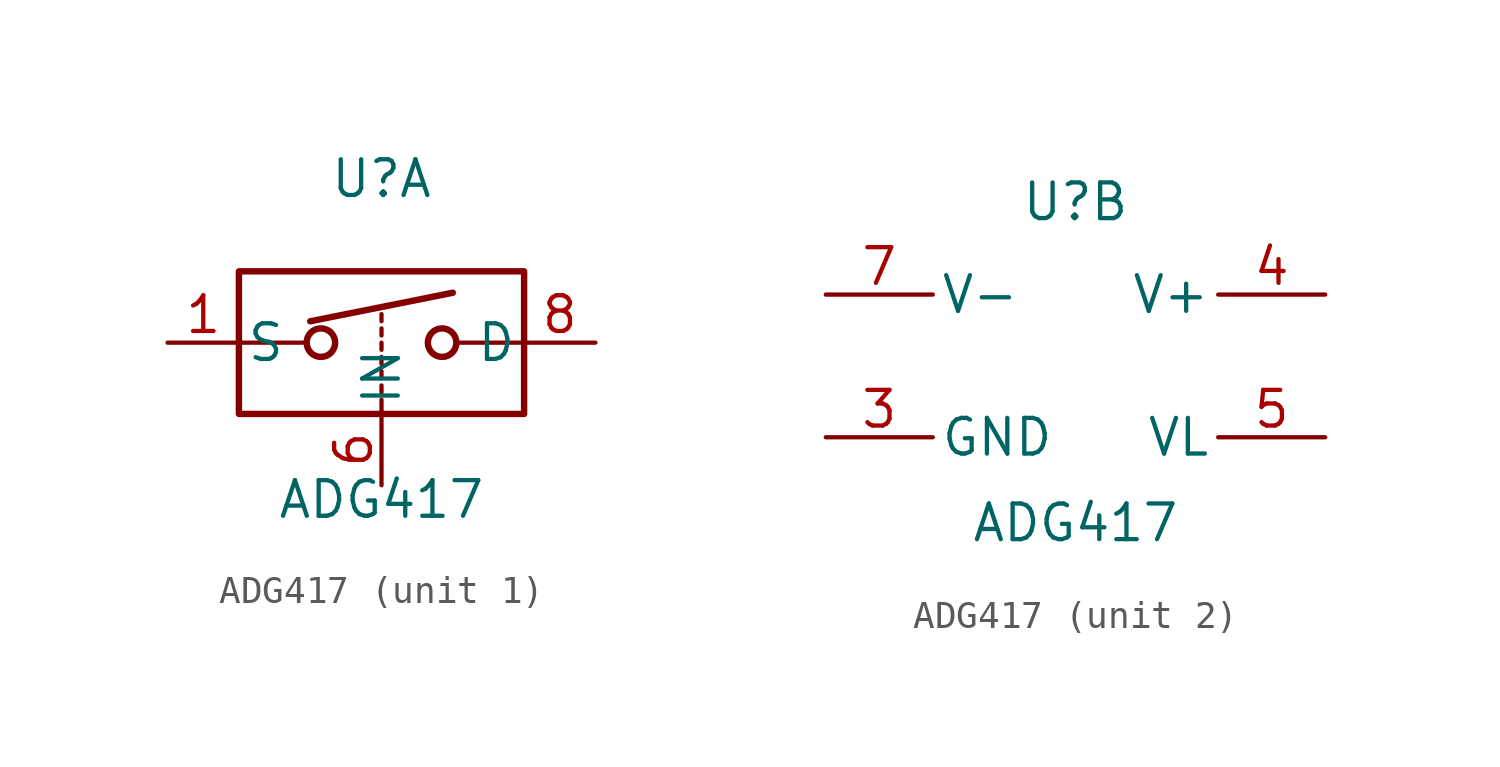
<source format=kicad_sym>
(kicad_symbol_lib
  (version 20241209)
  (generator "kicad_symbol_editor")
  (generator_version "9.0")
  (symbol "ADG417"
    (pin_names
      (offset 0.254))
    (property "Reference" "U"
      (at 0 5.842 0)
      (effects (font (size 1.27 1.27))))
    (property "Value" "ADG417"
      (at 0 -5.588 0)
      (effects (font (size 1.27 1.27))))
    (symbol "ADG417_1_1"
      (rectangle (start -5.08 2.54) (end 5.08 -2.54) (stroke (width 0.229) (type solid)) (fill (type none)))
      (polyline (pts (xy -5.08 0) (xy -2.794 0)) (stroke (width 0) (type default)) (fill (type none)))
      (polyline (pts (xy -2.54 0.762) (xy 2.54 1.778)) (stroke (width 0.229) (type solid)) (fill (type none)))
      (circle (center -2.159 0) (radius 0.508) (stroke (width 0.229) (type solid)) (fill (type none)))
      (polyline (pts (xy 0 0.762) (xy 0 1.016)) (stroke (width 0) (type default)) (fill (type none)))
      (polyline (pts (xy 0 0.254) (xy 0 0.508)) (stroke (width 0) (type default)) (fill (type none)))
      (polyline (pts (xy 0 -0.254) (xy 0 0)) (stroke (width 0) (type default)) (fill (type none)))
      (polyline (pts (xy 0 -0.762) (xy 0 -0.508)) (stroke (width 0) (type default)) (fill (type none)))
      (polyline (pts (xy 0 -1.27) (xy 0 -1.016)) (stroke (width 0) (type default)) (fill (type none)))
      (polyline (pts (xy 0 -1.778) (xy 0 -1.524)) (stroke (width 0) (type default)) (fill (type none)))
      (polyline (pts (xy 0 -2.54) (xy 0 -2.032)) (stroke (width 0) (type default)) (fill (type none)))
      (circle (center 2.159 0) (radius 0.508) (stroke (width 0.229) (type solid)) (fill (type none)))
      (polyline (pts (xy 5.08 0) (xy 2.794 0)) (stroke (width 0) (type default)) (fill (type none)))
      (pin passive line (at -7.62 0 0) (length 2.54) (name "S" (effects (font (size 1.27 1.27)))) (number "1" (effects (font (size 1.27 1.27)))))
      (pin input line (at 0 -5.08 90) (length 2.54) (name "IN" (effects (font (size 1.27 1.27)))) (number "6" (effects (font (size 1.27 1.27)))))
      (pin passive line (at 7.62 0 180) (length 2.54) (name "D" (effects (font (size 1.27 1.27)))) (number "8" (effects (font (size 1.27 1.27))))))
    (symbol "ADG417_2_0"
      (pin power_in line (at -8.89 2.54 0) (length 3.81) (name "V-" (effects (font (size 1.27 1.27)))) (number "7" (effects (font (size 1.27 1.27)))))
      (pin power_in line (at -8.89 -2.54 0) (length 3.81) (name "GND" (effects (font (size 1.27 1.27)))) (number "3" (effects (font (size 1.27 1.27)))))
      (pin no_connect line (at -6.35 7.62 0) (length 2.54) (hide yes) (name "NC" (effects (font (size 1.27 1.27)))) (number "2" (effects (font (size 1.27 1.27)))))
      (pin power_in line (at 8.89 2.54 180) (length 3.81) (name "V+" (effects (font (size 1.27 1.27)))) (number "4" (effects (font (size 1.27 1.27)))))
      (pin power_in line (at 8.89 -2.54 180) (length 3.81) (name "VL" (effects (font (size 1.27 1.27)))) (number "5" (effects (font (size 1.27 1.27))))))))
</source>
